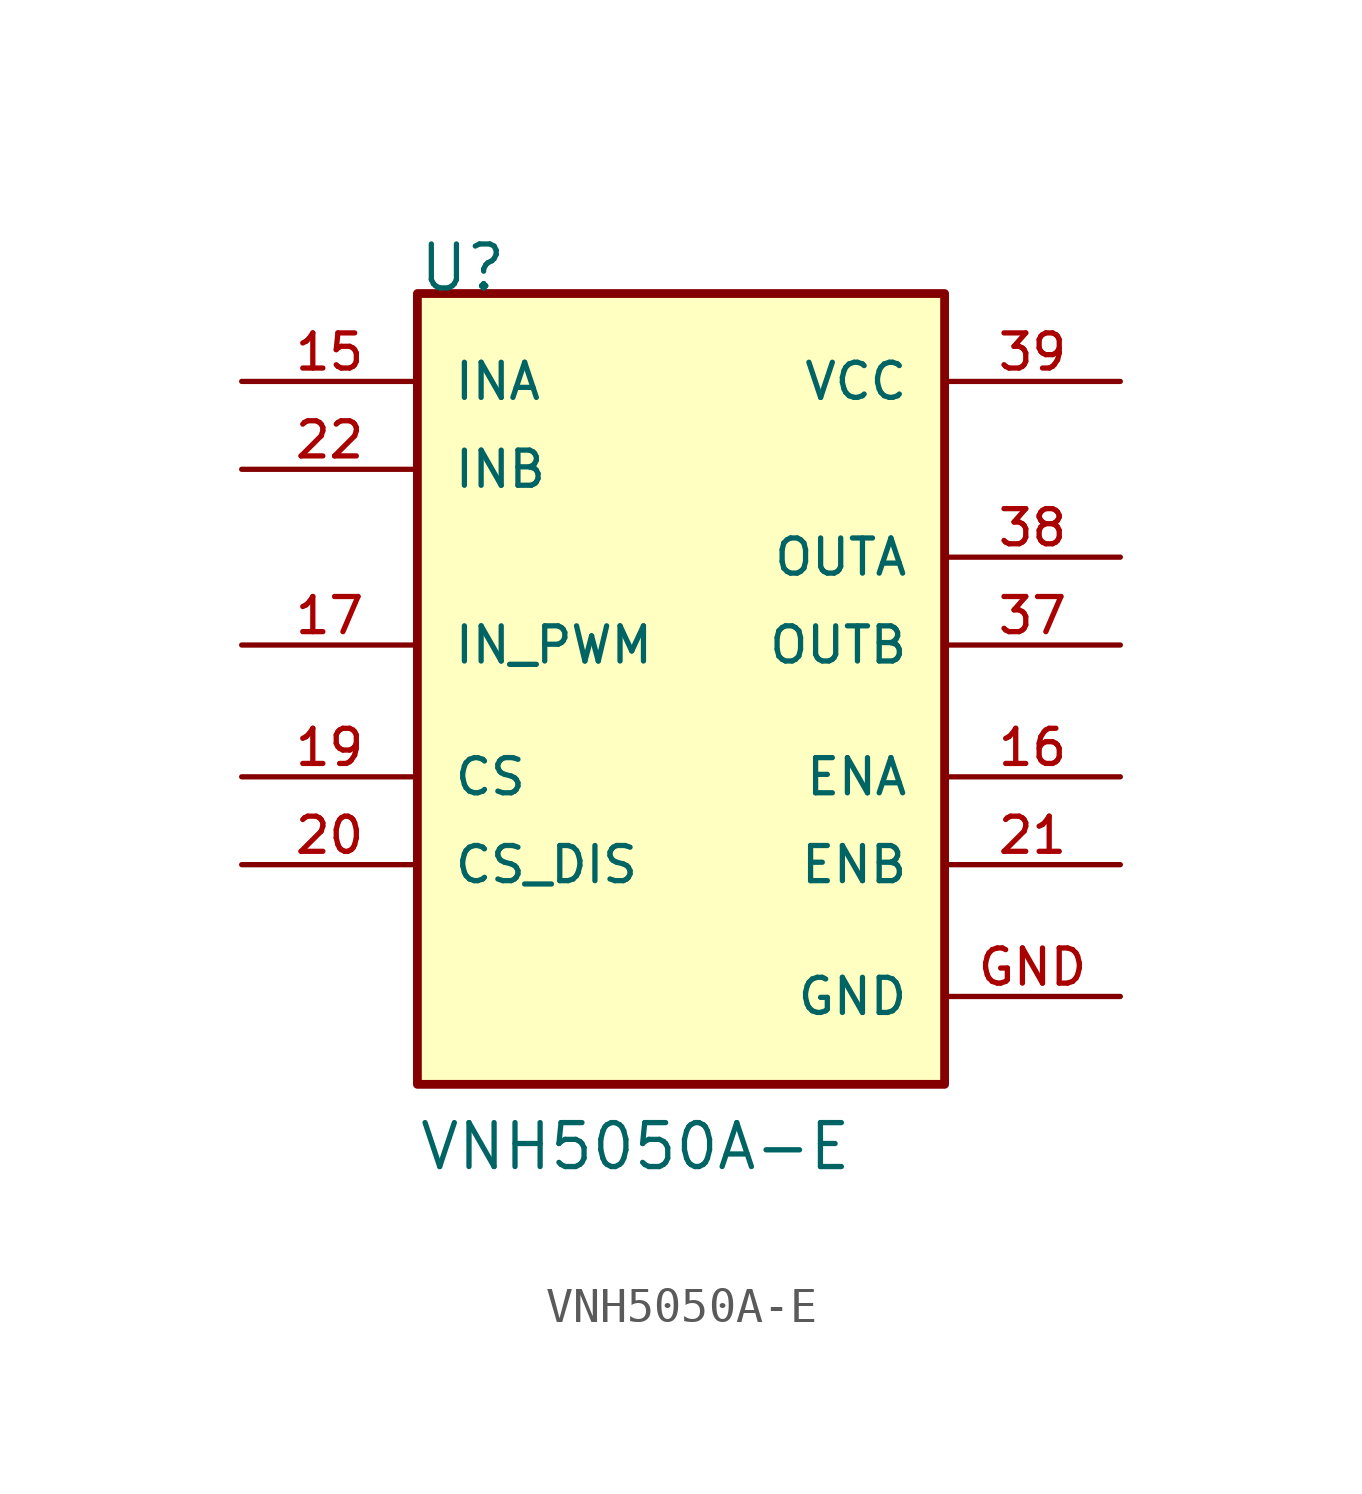
<source format=kicad_sym>
(kicad_symbol_lib
  (version 20220914)
  (generator kicad_symbol_editor)
  (symbol "VNH5050A-E"
    (pin_names
      (offset 1.016))
    (property "Reference" "U"
      (at -7.62 11.43 0)
      (effects (font (size 1.27 1.27)) (justify left bottom)))
    (property "Value" "VNH5050A-E"
      (at -7.62 -13.97 0)
      (effects (font (size 1.27 1.27)) (justify left bottom)))
    (symbol "VNH5050A-E_0_0"
      (rectangle (start -7.62 11.43) (end 7.62 -11.43) (stroke (width 0.254) (type default)) (fill (type background)))
      (pin input line (at -12.7 8.89 0) (length 5.08) (name "INA" (effects (font (size 1.016 1.016)))) (number "15" (effects (font (size 1.016 1.016)))))
      (pin input line (at -12.7 1.27 0) (length 5.08) (name "IN_PWM" (effects (font (size 1.016 1.016)))) (number "17" (effects (font (size 1.016 1.016)))))
      (pin input line (at -12.7 6.35 0) (length 5.08) (name "INB" (effects (font (size 1.016 1.016)))) (number "22" (effects (font (size 1.016 1.016))))))
    (symbol "VNH5050A-E_1_0"
      (pin output line (at 12.7 -2.54 180) (length 5.08) (name "ENA" (effects (font (size 1.016 1.016)))) (number "16" (effects (font (size 1.016 1.016)))))
      (pin output line (at -12.7 -2.54 0) (length 5.08) (name "CS" (effects (font (size 1.016 1.016)))) (number "19" (effects (font (size 1.016 1.016)))))
      (pin input line (at -12.7 -5.08 0) (length 5.08) (name "CS_DIS" (effects (font (size 1.016 1.016)))) (number "20" (effects (font (size 1.016 1.016)))))
      (pin output line (at 12.7 -5.08 180) (length 5.08) (name "ENB" (effects (font (size 1.016 1.016)))) (number "21" (effects (font (size 1.016 1.016)))))
      (pin output line (at 12.7 1.27 180) (length 5.08) (name "OUTB" (effects (font (size 1.016 1.016)))) (number "37" (effects (font (size 1.016 1.016)))))
      (pin output line (at 12.7 3.81 180) (length 5.08) (name "OUTA" (effects (font (size 1.016 1.016)))) (number "38" (effects (font (size 1.016 1.016)))))
      (pin output line (at 12.7 8.89 180) (length 5.08) (name "VCC" (effects (font (size 1.016 1.016)))) (number "39" (effects (font (size 1.016 1.016)))))
      (pin output line (at 12.7 -8.89 180) (length 5.08) (name "GND" (effects (font (size 1.016 1.016)))) (number "GND" (effects (font (size 1.016 1.016))))))))
</source>
